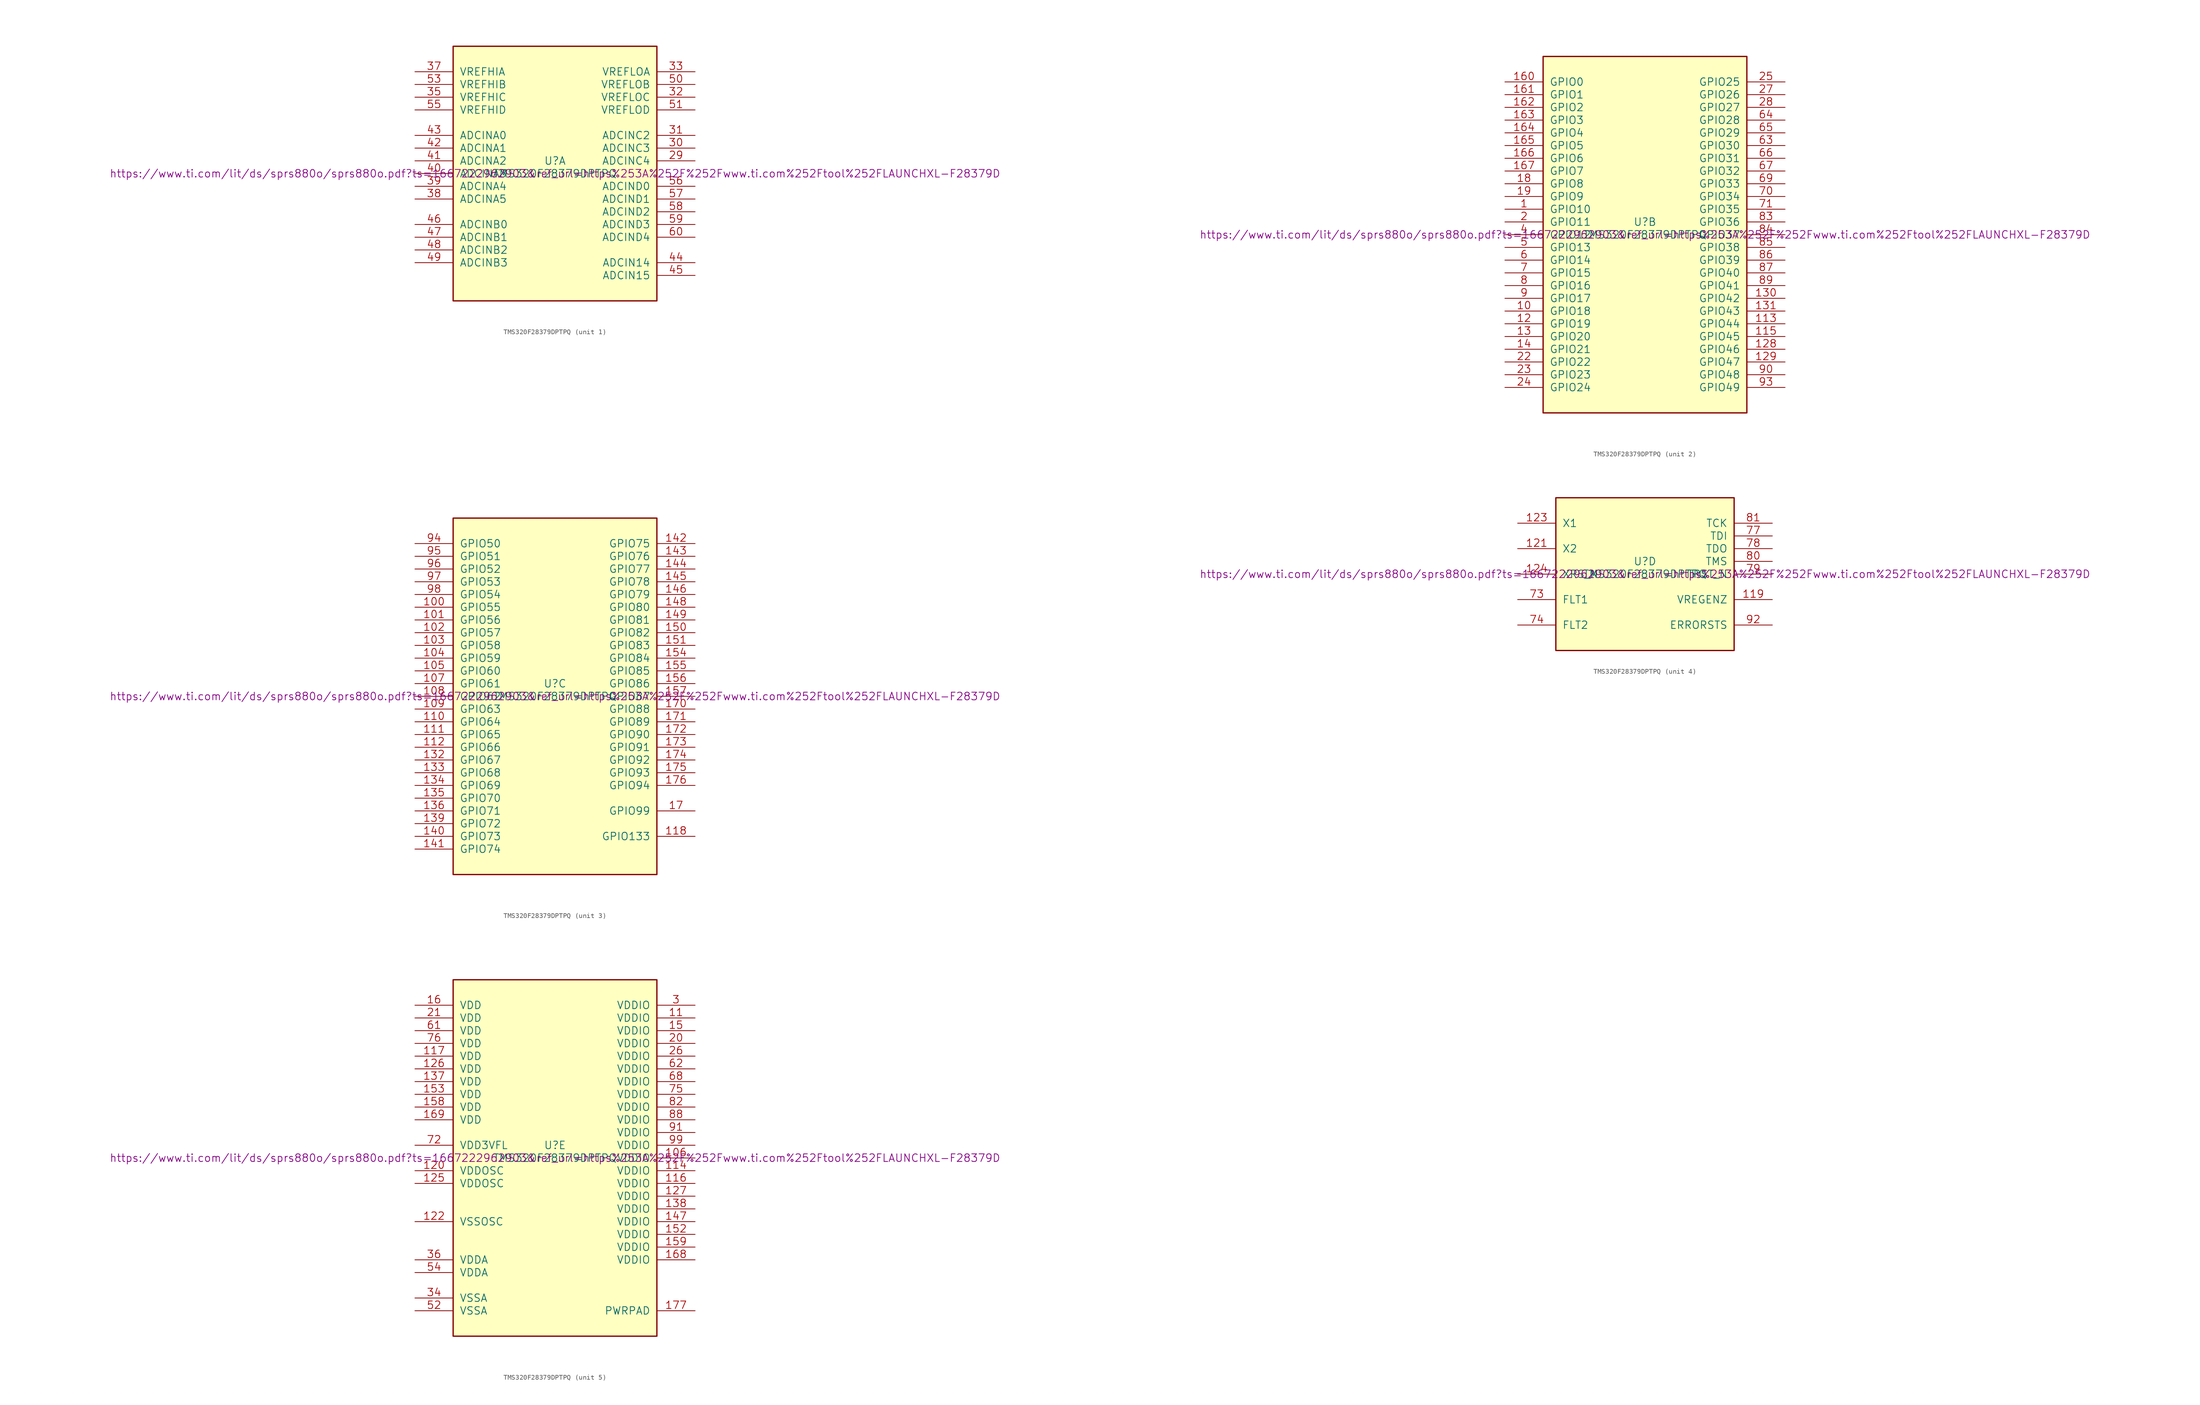
<source format=kicad_sym>
(kicad_symbol_lib
  (version 20231120)
  (generator "kicad_symbol_editor")
  (generator_version "8.0")
  (symbol "TMS320F28379DPTPQ"
    (pin_names
      (offset 1.27))
    (property "Reference" "U"
      (at 0 2.54 0)
      (effects (font (size 1.524 1.524))))
    (property "Value" "TMS320F28379DPTPQ"
      (at 0 0 0)
      (effects (font (size 1.524 1.524))))
    (property "Datasheet" "https://www.ti.com/lit/ds/sprs880o/sprs880o.pdf?ts=1667222962903&ref_url=https%253A%252F%252Fwww.ti.com%252Ftool%252FLAUNCHXL-F28379D"
      (at 0 0 0)
      (effects (font (size 1.524 1.524))))
    (symbol "TMS320F28379DPTPQ_1_1"
      (rectangle (start -20.32 25.4) (end 20.32 -25.4) (stroke (width 0.254) (type default)) (fill (type background)))
      (pin input line (at 27.94 2.54 180) (length 7.62) (name "ADCINC4" (effects (font (size 1.499 1.499)))) (number "29" (effects (font (size 1.499 1.499)))))
      (pin input line (at 27.94 5.08 180) (length 7.62) (name "ADCINC3" (effects (font (size 1.499 1.499)))) (number "30" (effects (font (size 1.499 1.499)))))
      (pin input line (at 27.94 7.62 180) (length 7.62) (name "ADCINC2" (effects (font (size 1.499 1.499)))) (number "31" (effects (font (size 1.499 1.499)))))
      (pin input line (at 27.94 15.24 180) (length 7.62) (name "VREFLOC" (effects (font (size 1.499 1.499)))) (number "32" (effects (font (size 1.499 1.499)))))
      (pin input line (at 27.94 20.32 180) (length 7.62) (name "VREFLOA" (effects (font (size 1.499 1.499)))) (number "33" (effects (font (size 1.499 1.499)))))
      (pin input line (at -27.94 15.24 0) (length 7.62) (name "VREFHIC" (effects (font (size 1.499 1.499)))) (number "35" (effects (font (size 1.499 1.499)))))
      (pin input line (at -27.94 20.32 0) (length 7.62) (name "VREFHIA" (effects (font (size 1.499 1.499)))) (number "37" (effects (font (size 1.499 1.499)))))
      (pin input line (at -27.94 -5.08 0) (length 7.62) (name "ADCINA5" (effects (font (size 1.499 1.499)))) (number "38" (effects (font (size 1.499 1.499)))))
      (pin input line (at -27.94 -2.54 0) (length 7.62) (name "ADCINA4" (effects (font (size 1.499 1.499)))) (number "39" (effects (font (size 1.499 1.499)))))
      (pin input line (at -27.94 0 0) (length 7.62) (name "ADCINA3" (effects (font (size 1.499 1.499)))) (number "40" (effects (font (size 1.499 1.499)))))
      (pin input line (at -27.94 2.54 0) (length 7.62) (name "ADCINA2" (effects (font (size 1.499 1.499)))) (number "41" (effects (font (size 1.499 1.499)))))
      (pin input line (at -27.94 5.08 0) (length 7.62) (name "ADCINA1" (effects (font (size 1.499 1.499)))) (number "42" (effects (font (size 1.499 1.499)))))
      (pin input line (at -27.94 7.62 0) (length 7.62) (name "ADCINA0" (effects (font (size 1.499 1.499)))) (number "43" (effects (font (size 1.499 1.499)))))
      (pin input line (at 27.94 -17.78 180) (length 7.62) (name "ADCIN14" (effects (font (size 1.499 1.499)))) (number "44" (effects (font (size 1.499 1.499)))))
      (pin input line (at 27.94 -20.32 180) (length 7.62) (name "ADCIN15" (effects (font (size 1.499 1.499)))) (number "45" (effects (font (size 1.499 1.499)))))
      (pin input line (at -27.94 -10.16 0) (length 7.62) (name "ADCINB0" (effects (font (size 1.499 1.499)))) (number "46" (effects (font (size 1.499 1.499)))))
      (pin input line (at -27.94 -12.7 0) (length 7.62) (name "ADCINB1" (effects (font (size 1.499 1.499)))) (number "47" (effects (font (size 1.499 1.499)))))
      (pin input line (at -27.94 -15.24 0) (length 7.62) (name "ADCINB2" (effects (font (size 1.499 1.499)))) (number "48" (effects (font (size 1.499 1.499)))))
      (pin input line (at -27.94 -17.78 0) (length 7.62) (name "ADCINB3" (effects (font (size 1.499 1.499)))) (number "49" (effects (font (size 1.499 1.499)))))
      (pin input line (at 27.94 17.78 180) (length 7.62) (name "VREFLOB" (effects (font (size 1.499 1.499)))) (number "50" (effects (font (size 1.499 1.499)))))
      (pin input line (at 27.94 12.7 180) (length 7.62) (name "VREFLOD" (effects (font (size 1.499 1.499)))) (number "51" (effects (font (size 1.499 1.499)))))
      (pin input line (at -27.94 17.78 0) (length 7.62) (name "VREFHIB" (effects (font (size 1.499 1.499)))) (number "53" (effects (font (size 1.499 1.499)))))
      (pin input line (at -27.94 12.7 0) (length 7.62) (name "VREFHID" (effects (font (size 1.499 1.499)))) (number "55" (effects (font (size 1.499 1.499)))))
      (pin input line (at 27.94 -2.54 180) (length 7.62) (name "ADCIND0" (effects (font (size 1.499 1.499)))) (number "56" (effects (font (size 1.499 1.499)))))
      (pin input line (at 27.94 -5.08 180) (length 7.62) (name "ADCIND1" (effects (font (size 1.499 1.499)))) (number "57" (effects (font (size 1.499 1.499)))))
      (pin input line (at 27.94 -7.62 180) (length 7.62) (name "ADCIND2" (effects (font (size 1.499 1.499)))) (number "58" (effects (font (size 1.499 1.499)))))
      (pin input line (at 27.94 -10.16 180) (length 7.62) (name "ADCIND3" (effects (font (size 1.499 1.499)))) (number "59" (effects (font (size 1.499 1.499)))))
      (pin input line (at 27.94 -12.7 180) (length 7.62) (name "ADCIND4" (effects (font (size 1.499 1.499)))) (number "60" (effects (font (size 1.499 1.499))))))
    (symbol "TMS320F28379DPTPQ_2_1"
      (rectangle (start -20.32 35.56) (end 20.32 -35.56) (stroke (width 0.254) (type default)) (fill (type background)))
      (pin bidirectional line (at -27.94 5.08 0) (length 7.62) (name "GPIO10" (effects (font (size 1.499 1.499)))) (number "1" (effects (font (size 1.499 1.499)))))
      (pin bidirectional line (at -27.94 -15.24 0) (length 7.62) (name "GPIO18" (effects (font (size 1.499 1.499)))) (number "10" (effects (font (size 1.499 1.499)))))
      (pin bidirectional line (at 27.94 -17.78 180) (length 7.62) (name "GPIO44" (effects (font (size 1.499 1.499)))) (number "113" (effects (font (size 1.499 1.499)))))
      (pin bidirectional line (at 27.94 -20.32 180) (length 7.62) (name "GPIO45" (effects (font (size 1.499 1.499)))) (number "115" (effects (font (size 1.499 1.499)))))
      (pin bidirectional line (at -27.94 -17.78 0) (length 7.62) (name "GPIO19" (effects (font (size 1.499 1.499)))) (number "12" (effects (font (size 1.499 1.499)))))
      (pin bidirectional line (at 27.94 -22.86 180) (length 7.62) (name "GPIO46" (effects (font (size 1.499 1.499)))) (number "128" (effects (font (size 1.499 1.499)))))
      (pin bidirectional line (at 27.94 -25.4 180) (length 7.62) (name "GPIO47" (effects (font (size 1.499 1.499)))) (number "129" (effects (font (size 1.499 1.499)))))
      (pin bidirectional line (at -27.94 -20.32 0) (length 7.62) (name "GPIO20" (effects (font (size 1.499 1.499)))) (number "13" (effects (font (size 1.499 1.499)))))
      (pin bidirectional line (at 27.94 -12.7 180) (length 7.62) (name "GPIO42" (effects (font (size 1.499 1.499)))) (number "130" (effects (font (size 1.499 1.499)))))
      (pin bidirectional line (at 27.94 -15.24 180) (length 7.62) (name "GPIO43" (effects (font (size 1.499 1.499)))) (number "131" (effects (font (size 1.499 1.499)))))
      (pin bidirectional line (at -27.94 -22.86 0) (length 7.62) (name "GPIO21" (effects (font (size 1.499 1.499)))) (number "14" (effects (font (size 1.499 1.499)))))
      (pin bidirectional line (at -27.94 30.48 0) (length 7.62) (name "GPIO0" (effects (font (size 1.499 1.499)))) (number "160" (effects (font (size 1.499 1.499)))))
      (pin bidirectional line (at -27.94 27.94 0) (length 7.62) (name "GPIO1" (effects (font (size 1.499 1.499)))) (number "161" (effects (font (size 1.499 1.499)))))
      (pin bidirectional line (at -27.94 25.4 0) (length 7.62) (name "GPIO2" (effects (font (size 1.499 1.499)))) (number "162" (effects (font (size 1.499 1.499)))))
      (pin bidirectional line (at -27.94 22.86 0) (length 7.62) (name "GPIO3" (effects (font (size 1.499 1.499)))) (number "163" (effects (font (size 1.499 1.499)))))
      (pin bidirectional line (at -27.94 20.32 0) (length 7.62) (name "GPIO4" (effects (font (size 1.499 1.499)))) (number "164" (effects (font (size 1.499 1.499)))))
      (pin bidirectional line (at -27.94 17.78 0) (length 7.62) (name "GPIO5" (effects (font (size 1.499 1.499)))) (number "165" (effects (font (size 1.499 1.499)))))
      (pin bidirectional line (at -27.94 15.24 0) (length 7.62) (name "GPIO6" (effects (font (size 1.499 1.499)))) (number "166" (effects (font (size 1.499 1.499)))))
      (pin bidirectional line (at -27.94 12.7 0) (length 7.62) (name "GPIO7" (effects (font (size 1.499 1.499)))) (number "167" (effects (font (size 1.499 1.499)))))
      (pin bidirectional line (at -27.94 10.16 0) (length 7.62) (name "GPIO8" (effects (font (size 1.499 1.499)))) (number "18" (effects (font (size 1.499 1.499)))))
      (pin bidirectional line (at -27.94 7.62 0) (length 7.62) (name "GPIO9" (effects (font (size 1.499 1.499)))) (number "19" (effects (font (size 1.499 1.499)))))
      (pin bidirectional line (at -27.94 2.54 0) (length 7.62) (name "GPIO11" (effects (font (size 1.499 1.499)))) (number "2" (effects (font (size 1.499 1.499)))))
      (pin bidirectional line (at -27.94 -25.4 0) (length 7.62) (name "GPIO22" (effects (font (size 1.499 1.499)))) (number "22" (effects (font (size 1.499 1.499)))))
      (pin bidirectional line (at -27.94 -27.94 0) (length 7.62) (name "GPIO23" (effects (font (size 1.499 1.499)))) (number "23" (effects (font (size 1.499 1.499)))))
      (pin bidirectional line (at -27.94 -30.48 0) (length 7.62) (name "GPIO24" (effects (font (size 1.499 1.499)))) (number "24" (effects (font (size 1.499 1.499)))))
      (pin bidirectional line (at 27.94 30.48 180) (length 7.62) (name "GPIO25" (effects (font (size 1.499 1.499)))) (number "25" (effects (font (size 1.499 1.499)))))
      (pin bidirectional line (at 27.94 27.94 180) (length 7.62) (name "GPIO26" (effects (font (size 1.499 1.499)))) (number "27" (effects (font (size 1.499 1.499)))))
      (pin bidirectional line (at 27.94 25.4 180) (length 7.62) (name "GPIO27" (effects (font (size 1.499 1.499)))) (number "28" (effects (font (size 1.499 1.499)))))
      (pin bidirectional line (at -27.94 0 0) (length 7.62) (name "GPIO12" (effects (font (size 1.499 1.499)))) (number "4" (effects (font (size 1.499 1.499)))))
      (pin bidirectional line (at -27.94 -2.54 0) (length 7.62) (name "GPIO13" (effects (font (size 1.499 1.499)))) (number "5" (effects (font (size 1.499 1.499)))))
      (pin bidirectional line (at -27.94 -5.08 0) (length 7.62) (name "GPIO14" (effects (font (size 1.499 1.499)))) (number "6" (effects (font (size 1.499 1.499)))))
      (pin bidirectional line (at 27.94 17.78 180) (length 7.62) (name "GPIO30" (effects (font (size 1.499 1.499)))) (number "63" (effects (font (size 1.499 1.499)))))
      (pin bidirectional line (at 27.94 22.86 180) (length 7.62) (name "GPIO28" (effects (font (size 1.499 1.499)))) (number "64" (effects (font (size 1.499 1.499)))))
      (pin bidirectional line (at 27.94 20.32 180) (length 7.62) (name "GPIO29" (effects (font (size 1.499 1.499)))) (number "65" (effects (font (size 1.499 1.499)))))
      (pin bidirectional line (at 27.94 15.24 180) (length 7.62) (name "GPIO31" (effects (font (size 1.499 1.499)))) (number "66" (effects (font (size 1.499 1.499)))))
      (pin bidirectional line (at 27.94 12.7 180) (length 7.62) (name "GPIO32" (effects (font (size 1.499 1.499)))) (number "67" (effects (font (size 1.499 1.499)))))
      (pin bidirectional line (at 27.94 10.16 180) (length 7.62) (name "GPIO33" (effects (font (size 1.499 1.499)))) (number "69" (effects (font (size 1.499 1.499)))))
      (pin bidirectional line (at -27.94 -7.62 0) (length 7.62) (name "GPIO15" (effects (font (size 1.499 1.499)))) (number "7" (effects (font (size 1.499 1.499)))))
      (pin bidirectional line (at 27.94 7.62 180) (length 7.62) (name "GPIO34" (effects (font (size 1.499 1.499)))) (number "70" (effects (font (size 1.499 1.499)))))
      (pin bidirectional line (at 27.94 5.08 180) (length 7.62) (name "GPIO35" (effects (font (size 1.499 1.499)))) (number "71" (effects (font (size 1.499 1.499)))))
      (pin bidirectional line (at -27.94 -10.16 0) (length 7.62) (name "GPIO16" (effects (font (size 1.499 1.499)))) (number "8" (effects (font (size 1.499 1.499)))))
      (pin bidirectional line (at 27.94 2.54 180) (length 7.62) (name "GPIO36" (effects (font (size 1.499 1.499)))) (number "83" (effects (font (size 1.499 1.499)))))
      (pin bidirectional line (at 27.94 0 180) (length 7.62) (name "GPIO37" (effects (font (size 1.499 1.499)))) (number "84" (effects (font (size 1.499 1.499)))))
      (pin bidirectional line (at 27.94 -2.54 180) (length 7.62) (name "GPIO38" (effects (font (size 1.499 1.499)))) (number "85" (effects (font (size 1.499 1.499)))))
      (pin bidirectional line (at 27.94 -5.08 180) (length 7.62) (name "GPIO39" (effects (font (size 1.499 1.499)))) (number "86" (effects (font (size 1.499 1.499)))))
      (pin bidirectional line (at 27.94 -7.62 180) (length 7.62) (name "GPIO40" (effects (font (size 1.499 1.499)))) (number "87" (effects (font (size 1.499 1.499)))))
      (pin bidirectional line (at 27.94 -10.16 180) (length 7.62) (name "GPIO41" (effects (font (size 1.499 1.499)))) (number "89" (effects (font (size 1.499 1.499)))))
      (pin bidirectional line (at -27.94 -12.7 0) (length 7.62) (name "GPIO17" (effects (font (size 1.499 1.499)))) (number "9" (effects (font (size 1.499 1.499)))))
      (pin bidirectional line (at 27.94 -27.94 180) (length 7.62) (name "GPIO48" (effects (font (size 1.499 1.499)))) (number "90" (effects (font (size 1.499 1.499)))))
      (pin bidirectional line (at 27.94 -30.48 180) (length 7.62) (name "GPIO49" (effects (font (size 1.499 1.499)))) (number "93" (effects (font (size 1.499 1.499))))))
    (symbol "TMS320F28379DPTPQ_3_1"
      (rectangle (start -20.32 35.56) (end 20.32 -35.56) (stroke (width 0.254) (type default)) (fill (type background)))
      (pin bidirectional line (at -27.94 17.78 0) (length 7.62) (name "GPIO55" (effects (font (size 1.499 1.499)))) (number "100" (effects (font (size 1.499 1.499)))))
      (pin bidirectional line (at -27.94 15.24 0) (length 7.62) (name "GPIO56" (effects (font (size 1.499 1.499)))) (number "101" (effects (font (size 1.499 1.499)))))
      (pin bidirectional line (at -27.94 12.7 0) (length 7.62) (name "GPIO57" (effects (font (size 1.499 1.499)))) (number "102" (effects (font (size 1.499 1.499)))))
      (pin bidirectional line (at -27.94 10.16 0) (length 7.62) (name "GPIO58" (effects (font (size 1.499 1.499)))) (number "103" (effects (font (size 1.499 1.499)))))
      (pin bidirectional line (at -27.94 7.62 0) (length 7.62) (name "GPIO59" (effects (font (size 1.499 1.499)))) (number "104" (effects (font (size 1.499 1.499)))))
      (pin bidirectional line (at -27.94 5.08 0) (length 7.62) (name "GPIO60" (effects (font (size 1.499 1.499)))) (number "105" (effects (font (size 1.499 1.499)))))
      (pin bidirectional line (at -27.94 2.54 0) (length 7.62) (name "GPIO61" (effects (font (size 1.499 1.499)))) (number "107" (effects (font (size 1.499 1.499)))))
      (pin bidirectional line (at -27.94 0 0) (length 7.62) (name "GPIO62" (effects (font (size 1.499 1.499)))) (number "108" (effects (font (size 1.499 1.499)))))
      (pin bidirectional line (at -27.94 -2.54 0) (length 7.62) (name "GPIO63" (effects (font (size 1.499 1.499)))) (number "109" (effects (font (size 1.499 1.499)))))
      (pin bidirectional line (at -27.94 -5.08 0) (length 7.62) (name "GPIO64" (effects (font (size 1.499 1.499)))) (number "110" (effects (font (size 1.499 1.499)))))
      (pin bidirectional line (at -27.94 -7.62 0) (length 7.62) (name "GPIO65" (effects (font (size 1.499 1.499)))) (number "111" (effects (font (size 1.499 1.499)))))
      (pin bidirectional line (at -27.94 -10.16 0) (length 7.62) (name "GPIO66" (effects (font (size 1.499 1.499)))) (number "112" (effects (font (size 1.499 1.499)))))
      (pin bidirectional line (at 27.94 -27.94 180) (length 7.62) (name "GPIO133" (effects (font (size 1.499 1.499)))) (number "118" (effects (font (size 1.499 1.499)))))
      (pin bidirectional line (at -27.94 -12.7 0) (length 7.62) (name "GPIO67" (effects (font (size 1.499 1.499)))) (number "132" (effects (font (size 1.499 1.499)))))
      (pin bidirectional line (at -27.94 -15.24 0) (length 7.62) (name "GPIO68" (effects (font (size 1.499 1.499)))) (number "133" (effects (font (size 1.499 1.499)))))
      (pin bidirectional line (at -27.94 -17.78 0) (length 7.62) (name "GPIO69" (effects (font (size 1.499 1.499)))) (number "134" (effects (font (size 1.499 1.499)))))
      (pin bidirectional line (at -27.94 -20.32 0) (length 7.62) (name "GPIO70" (effects (font (size 1.499 1.499)))) (number "135" (effects (font (size 1.499 1.499)))))
      (pin bidirectional line (at -27.94 -22.86 0) (length 7.62) (name "GPIO71" (effects (font (size 1.499 1.499)))) (number "136" (effects (font (size 1.499 1.499)))))
      (pin bidirectional line (at -27.94 -25.4 0) (length 7.62) (name "GPIO72" (effects (font (size 1.499 1.499)))) (number "139" (effects (font (size 1.499 1.499)))))
      (pin bidirectional line (at -27.94 -27.94 0) (length 7.62) (name "GPIO73" (effects (font (size 1.499 1.499)))) (number "140" (effects (font (size 1.499 1.499)))))
      (pin bidirectional line (at -27.94 -30.48 0) (length 7.62) (name "GPIO74" (effects (font (size 1.499 1.499)))) (number "141" (effects (font (size 1.499 1.499)))))
      (pin bidirectional line (at 27.94 30.48 180) (length 7.62) (name "GPIO75" (effects (font (size 1.499 1.499)))) (number "142" (effects (font (size 1.499 1.499)))))
      (pin bidirectional line (at 27.94 27.94 180) (length 7.62) (name "GPIO76" (effects (font (size 1.499 1.499)))) (number "143" (effects (font (size 1.499 1.499)))))
      (pin bidirectional line (at 27.94 25.4 180) (length 7.62) (name "GPIO77" (effects (font (size 1.499 1.499)))) (number "144" (effects (font (size 1.499 1.499)))))
      (pin bidirectional line (at 27.94 22.86 180) (length 7.62) (name "GPIO78" (effects (font (size 1.499 1.499)))) (number "145" (effects (font (size 1.499 1.499)))))
      (pin bidirectional line (at 27.94 20.32 180) (length 7.62) (name "GPIO79" (effects (font (size 1.499 1.499)))) (number "146" (effects (font (size 1.499 1.499)))))
      (pin bidirectional line (at 27.94 17.78 180) (length 7.62) (name "GPIO80" (effects (font (size 1.499 1.499)))) (number "148" (effects (font (size 1.499 1.499)))))
      (pin bidirectional line (at 27.94 15.24 180) (length 7.62) (name "GPIO81" (effects (font (size 1.499 1.499)))) (number "149" (effects (font (size 1.499 1.499)))))
      (pin bidirectional line (at 27.94 12.7 180) (length 7.62) (name "GPIO82" (effects (font (size 1.499 1.499)))) (number "150" (effects (font (size 1.499 1.499)))))
      (pin bidirectional line (at 27.94 10.16 180) (length 7.62) (name "GPIO83" (effects (font (size 1.499 1.499)))) (number "151" (effects (font (size 1.499 1.499)))))
      (pin bidirectional line (at 27.94 7.62 180) (length 7.62) (name "GPIO84" (effects (font (size 1.499 1.499)))) (number "154" (effects (font (size 1.499 1.499)))))
      (pin bidirectional line (at 27.94 5.08 180) (length 7.62) (name "GPIO85" (effects (font (size 1.499 1.499)))) (number "155" (effects (font (size 1.499 1.499)))))
      (pin bidirectional line (at 27.94 2.54 180) (length 7.62) (name "GPIO86" (effects (font (size 1.499 1.499)))) (number "156" (effects (font (size 1.499 1.499)))))
      (pin bidirectional line (at 27.94 0 180) (length 7.62) (name "GPIO87" (effects (font (size 1.499 1.499)))) (number "157" (effects (font (size 1.499 1.499)))))
      (pin bidirectional line (at 27.94 -22.86 180) (length 7.62) (name "GPIO99" (effects (font (size 1.499 1.499)))) (number "17" (effects (font (size 1.499 1.499)))))
      (pin bidirectional line (at 27.94 -2.54 180) (length 7.62) (name "GPIO88" (effects (font (size 1.499 1.499)))) (number "170" (effects (font (size 1.499 1.499)))))
      (pin bidirectional line (at 27.94 -5.08 180) (length 7.62) (name "GPIO89" (effects (font (size 1.499 1.499)))) (number "171" (effects (font (size 1.499 1.499)))))
      (pin bidirectional line (at 27.94 -7.62 180) (length 7.62) (name "GPIO90" (effects (font (size 1.499 1.499)))) (number "172" (effects (font (size 1.499 1.499)))))
      (pin bidirectional line (at 27.94 -10.16 180) (length 7.62) (name "GPIO91" (effects (font (size 1.499 1.499)))) (number "173" (effects (font (size 1.499 1.499)))))
      (pin bidirectional line (at 27.94 -12.7 180) (length 7.62) (name "GPIO92" (effects (font (size 1.499 1.499)))) (number "174" (effects (font (size 1.499 1.499)))))
      (pin bidirectional line (at 27.94 -15.24 180) (length 7.62) (name "GPIO93" (effects (font (size 1.499 1.499)))) (number "175" (effects (font (size 1.499 1.499)))))
      (pin bidirectional line (at 27.94 -17.78 180) (length 7.62) (name "GPIO94" (effects (font (size 1.499 1.499)))) (number "176" (effects (font (size 1.499 1.499)))))
      (pin bidirectional line (at -27.94 30.48 0) (length 7.62) (name "GPIO50" (effects (font (size 1.499 1.499)))) (number "94" (effects (font (size 1.499 1.499)))))
      (pin bidirectional line (at -27.94 27.94 0) (length 7.62) (name "GPIO51" (effects (font (size 1.499 1.499)))) (number "95" (effects (font (size 1.499 1.499)))))
      (pin bidirectional line (at -27.94 25.4 0) (length 7.62) (name "GPIO52" (effects (font (size 1.499 1.499)))) (number "96" (effects (font (size 1.499 1.499)))))
      (pin bidirectional line (at -27.94 22.86 0) (length 7.62) (name "GPIO53" (effects (font (size 1.499 1.499)))) (number "97" (effects (font (size 1.499 1.499)))))
      (pin bidirectional line (at -27.94 20.32 0) (length 7.62) (name "GPIO54" (effects (font (size 1.499 1.499)))) (number "98" (effects (font (size 1.499 1.499))))))
    (symbol "TMS320F28379DPTPQ_4_1"
      (rectangle (start -17.78 15.24) (end 17.78 -15.24) (stroke (width 0.254) (type default)) (fill (type background)))
      (pin input line (at 25.4 -5.08 180) (length 7.62) (name "VREGENZ" (effects (font (size 1.499 1.499)))) (number "119" (effects (font (size 1.499 1.499)))))
      (pin output line (at -25.4 5.08 0) (length 7.62) (name "X2" (effects (font (size 1.499 1.499)))) (number "121" (effects (font (size 1.499 1.499)))))
      (pin input line (at -25.4 10.16 0) (length 7.62) (name "X1" (effects (font (size 1.499 1.499)))) (number "123" (effects (font (size 1.499 1.499)))))
      (pin bidirectional line (at -25.4 0 0) (length 7.62) (name "XRS_N" (effects (font (size 1.499 1.499)))) (number "124" (effects (font (size 1.499 1.499)))))
      (pin bidirectional line (at -25.4 -5.08 0) (length 7.62) (name "FLT1" (effects (font (size 1.499 1.499)))) (number "73" (effects (font (size 1.499 1.499)))))
      (pin bidirectional line (at -25.4 -10.16 0) (length 7.62) (name "FLT2" (effects (font (size 1.499 1.499)))) (number "74" (effects (font (size 1.499 1.499)))))
      (pin input line (at 25.4 7.62 180) (length 7.62) (name "TDI" (effects (font (size 1.499 1.499)))) (number "77" (effects (font (size 1.499 1.499)))))
      (pin output line (at 25.4 5.08 180) (length 7.62) (name "TDO" (effects (font (size 1.499 1.499)))) (number "78" (effects (font (size 1.499 1.499)))))
      (pin input line (at 25.4 0 180) (length 7.62) (name "TRST_N" (effects (font (size 1.499 1.499)))) (number "79" (effects (font (size 1.499 1.499)))))
      (pin input line (at 25.4 2.54 180) (length 7.62) (name "TMS" (effects (font (size 1.499 1.499)))) (number "80" (effects (font (size 1.499 1.499)))))
      (pin input line (at 25.4 10.16 180) (length 7.62) (name "TCK" (effects (font (size 1.499 1.499)))) (number "81" (effects (font (size 1.499 1.499)))))
      (pin output line (at 25.4 -10.16 180) (length 7.62) (name "ERRORSTS" (effects (font (size 1.499 1.499)))) (number "92" (effects (font (size 1.499 1.499))))))
    (symbol "TMS320F28379DPTPQ_5_1"
      (rectangle (start -20.32 35.56) (end 20.32 -35.56) (stroke (width 0.254) (type default)) (fill (type background)))
      (pin power_in line (at 27.94 0 180) (length 7.62) (name "VDDIO" (effects (font (size 1.499 1.499)))) (number "106" (effects (font (size 1.499 1.499)))))
      (pin power_in line (at 27.94 27.94 180) (length 7.62) (name "VDDIO" (effects (font (size 1.499 1.499)))) (number "11" (effects (font (size 1.499 1.499)))))
      (pin power_in line (at 27.94 -2.54 180) (length 7.62) (name "VDDIO" (effects (font (size 1.499 1.499)))) (number "114" (effects (font (size 1.499 1.499)))))
      (pin power_in line (at 27.94 -5.08 180) (length 7.62) (name "VDDIO" (effects (font (size 1.499 1.499)))) (number "116" (effects (font (size 1.499 1.499)))))
      (pin power_in line (at -27.94 20.32 0) (length 7.62) (name "VDD" (effects (font (size 1.499 1.499)))) (number "117" (effects (font (size 1.499 1.499)))))
      (pin power_in line (at -27.94 -2.54 0) (length 7.62) (name "VDDOSC" (effects (font (size 1.499 1.499)))) (number "120" (effects (font (size 1.499 1.499)))))
      (pin power_in line (at -27.94 -12.7 0) (length 7.62) (name "VSSOSC" (effects (font (size 1.499 1.499)))) (number "122" (effects (font (size 1.499 1.499)))))
      (pin power_in line (at -27.94 -5.08 0) (length 7.62) (name "VDDOSC" (effects (font (size 1.499 1.499)))) (number "125" (effects (font (size 1.499 1.499)))))
      (pin power_in line (at -27.94 17.78 0) (length 7.62) (name "VDD" (effects (font (size 1.499 1.499)))) (number "126" (effects (font (size 1.499 1.499)))))
      (pin power_in line (at 27.94 -7.62 180) (length 7.62) (name "VDDIO" (effects (font (size 1.499 1.499)))) (number "127" (effects (font (size 1.499 1.499)))))
      (pin power_in line (at -27.94 15.24 0) (length 7.62) (name "VDD" (effects (font (size 1.499 1.499)))) (number "137" (effects (font (size 1.499 1.499)))))
      (pin power_in line (at 27.94 -10.16 180) (length 7.62) (name "VDDIO" (effects (font (size 1.499 1.499)))) (number "138" (effects (font (size 1.499 1.499)))))
      (pin power_in line (at 27.94 -12.7 180) (length 7.62) (name "VDDIO" (effects (font (size 1.499 1.499)))) (number "147" (effects (font (size 1.499 1.499)))))
      (pin power_in line (at 27.94 25.4 180) (length 7.62) (name "VDDIO" (effects (font (size 1.499 1.499)))) (number "15" (effects (font (size 1.499 1.499)))))
      (pin power_in line (at 27.94 -15.24 180) (length 7.62) (name "VDDIO" (effects (font (size 1.499 1.499)))) (number "152" (effects (font (size 1.499 1.499)))))
      (pin power_in line (at -27.94 12.7 0) (length 7.62) (name "VDD" (effects (font (size 1.499 1.499)))) (number "153" (effects (font (size 1.499 1.499)))))
      (pin power_in line (at -27.94 10.16 0) (length 7.62) (name "VDD" (effects (font (size 1.499 1.499)))) (number "158" (effects (font (size 1.499 1.499)))))
      (pin power_in line (at 27.94 -17.78 180) (length 7.62) (name "VDDIO" (effects (font (size 1.499 1.499)))) (number "159" (effects (font (size 1.499 1.499)))))
      (pin power_in line (at -27.94 30.48 0) (length 7.62) (name "VDD" (effects (font (size 1.499 1.499)))) (number "16" (effects (font (size 1.499 1.499)))))
      (pin power_in line (at 27.94 -20.32 180) (length 7.62) (name "VDDIO" (effects (font (size 1.499 1.499)))) (number "168" (effects (font (size 1.499 1.499)))))
      (pin power_in line (at -27.94 7.62 0) (length 7.62) (name "VDD" (effects (font (size 1.499 1.499)))) (number "169" (effects (font (size 1.499 1.499)))))
      (pin power_in line (at 27.94 -30.48 180) (length 7.62) (name "PWRPAD" (effects (font (size 1.499 1.499)))) (number "177" (effects (font (size 1.499 1.499)))))
      (pin power_in line (at 27.94 22.86 180) (length 7.62) (name "VDDIO" (effects (font (size 1.499 1.499)))) (number "20" (effects (font (size 1.499 1.499)))))
      (pin power_in line (at -27.94 27.94 0) (length 7.62) (name "VDD" (effects (font (size 1.499 1.499)))) (number "21" (effects (font (size 1.499 1.499)))))
      (pin power_in line (at 27.94 20.32 180) (length 7.62) (name "VDDIO" (effects (font (size 1.499 1.499)))) (number "26" (effects (font (size 1.499 1.499)))))
      (pin power_in line (at 27.94 30.48 180) (length 7.62) (name "VDDIO" (effects (font (size 1.499 1.499)))) (number "3" (effects (font (size 1.499 1.499)))))
      (pin power_in line (at -27.94 -27.94 0) (length 7.62) (name "VSSA" (effects (font (size 1.499 1.499)))) (number "34" (effects (font (size 1.499 1.499)))))
      (pin power_in line (at -27.94 -20.32 0) (length 7.62) (name "VDDA" (effects (font (size 1.499 1.499)))) (number "36" (effects (font (size 1.499 1.499)))))
      (pin power_in line (at -27.94 -30.48 0) (length 7.62) (name "VSSA" (effects (font (size 1.499 1.499)))) (number "52" (effects (font (size 1.499 1.499)))))
      (pin power_in line (at -27.94 -22.86 0) (length 7.62) (name "VDDA" (effects (font (size 1.499 1.499)))) (number "54" (effects (font (size 1.499 1.499)))))
      (pin power_in line (at -27.94 25.4 0) (length 7.62) (name "VDD" (effects (font (size 1.499 1.499)))) (number "61" (effects (font (size 1.499 1.499)))))
      (pin power_in line (at 27.94 17.78 180) (length 7.62) (name "VDDIO" (effects (font (size 1.499 1.499)))) (number "62" (effects (font (size 1.499 1.499)))))
      (pin power_in line (at 27.94 15.24 180) (length 7.62) (name "VDDIO" (effects (font (size 1.499 1.499)))) (number "68" (effects (font (size 1.499 1.499)))))
      (pin power_in line (at -27.94 2.54 0) (length 7.62) (name "VDD3VFL" (effects (font (size 1.499 1.499)))) (number "72" (effects (font (size 1.499 1.499)))))
      (pin power_in line (at 27.94 12.7 180) (length 7.62) (name "VDDIO" (effects (font (size 1.499 1.499)))) (number "75" (effects (font (size 1.499 1.499)))))
      (pin power_in line (at -27.94 22.86 0) (length 7.62) (name "VDD" (effects (font (size 1.499 1.499)))) (number "76" (effects (font (size 1.499 1.499)))))
      (pin power_in line (at 27.94 10.16 180) (length 7.62) (name "VDDIO" (effects (font (size 1.499 1.499)))) (number "82" (effects (font (size 1.499 1.499)))))
      (pin power_in line (at 27.94 7.62 180) (length 7.62) (name "VDDIO" (effects (font (size 1.499 1.499)))) (number "88" (effects (font (size 1.499 1.499)))))
      (pin power_in line (at 27.94 5.08 180) (length 7.62) (name "VDDIO" (effects (font (size 1.499 1.499)))) (number "91" (effects (font (size 1.499 1.499)))))
      (pin power_in line (at 27.94 2.54 180) (length 7.62) (name "VDDIO" (effects (font (size 1.499 1.499)))) (number "99" (effects (font (size 1.499 1.499))))))))
</source>
